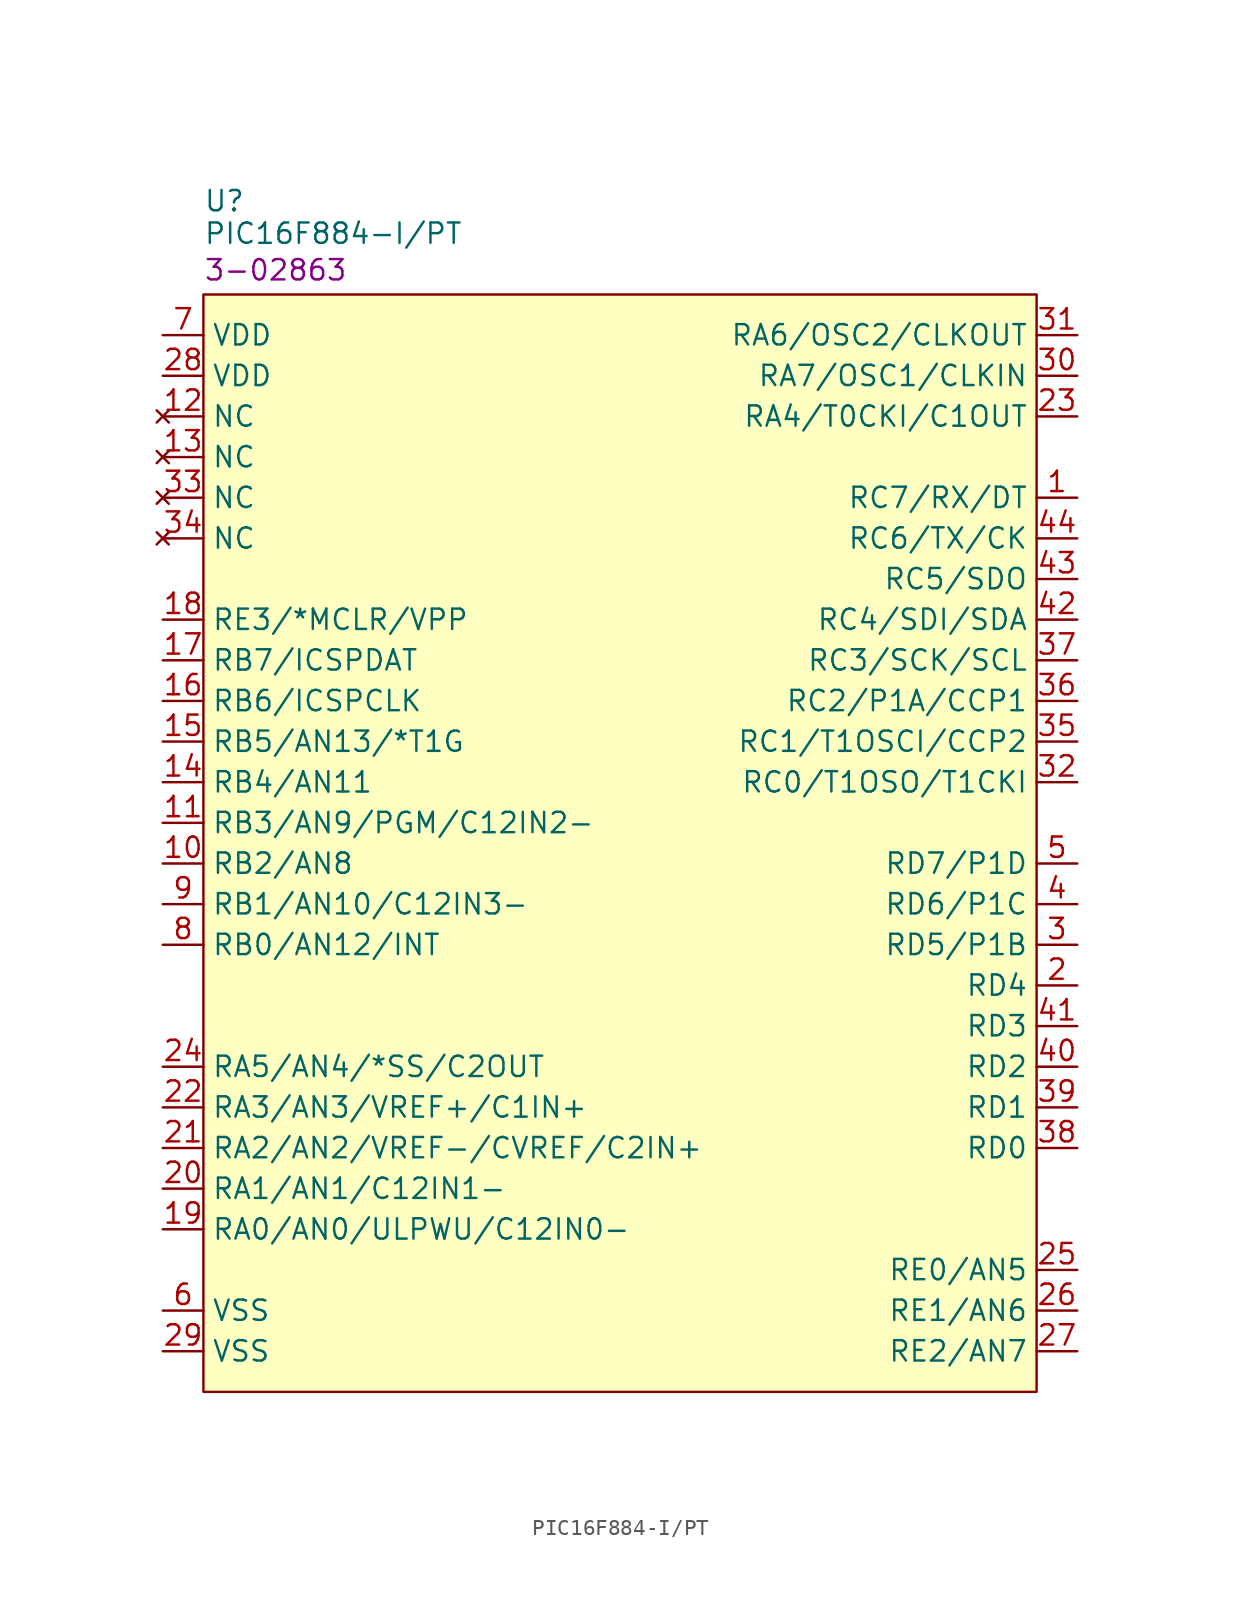
<source format=kicad_sym>
(kicad_symbol_lib
  (version 20231120)
  (generator "kicad_symbol_editor")
  (generator_version "8.0")
  (symbol "PIC16F884-I/PT"
    (property "Reference" "U"
      (at 0 8.382 0)
      (do_not_autoplace)
      (effects (font (size 1.27 1.27)) (justify left)))
    (property "Value" "PIC16F884-I/PT"
      (at 0 6.35 0)
      (do_not_autoplace)
      (effects (font (size 1.27 1.27)) (justify left)))
    (property "SRS" "3-02863"
      (at 0 4.064 0)
      (do_not_autoplace)
      (effects (font (size 1.27 1.27)) (justify left)))
    (symbol "PIC16F884-I/PT_1_1"
      (rectangle (start 0 2.54) (end 52.07 -66.04) (stroke (width 0) (type default)) (fill (type background)))
      (pin bidirectional line (at 54.61 -10.16 180) (length 2.54) (name "RC7/RX/DT" (effects (font (size 1.27 1.27)))) (number "1" (effects (font (size 1.27 1.27)))))
      (pin bidirectional line (at -2.54 -33.02 0) (length 2.54) (name "RB2/AN8" (effects (font (size 1.27 1.27)))) (number "10" (effects (font (size 1.27 1.27)))))
      (pin bidirectional line (at -2.54 -30.48 0) (length 2.54) (name "RB3/AN9/PGM/C12IN2-" (effects (font (size 1.27 1.27)))) (number "11" (effects (font (size 1.27 1.27)))))
      (pin no_connect line (at -2.54 -5.08 0) (length 2.54) (name "NC" (effects (font (size 1.27 1.27)))) (number "12" (effects (font (size 1.27 1.27)))))
      (pin no_connect line (at -2.54 -7.62 0) (length 2.54) (name "NC" (effects (font (size 1.27 1.27)))) (number "13" (effects (font (size 1.27 1.27)))))
      (pin bidirectional line (at -2.54 -27.94 0) (length 2.54) (name "RB4/AN11" (effects (font (size 1.27 1.27)))) (number "14" (effects (font (size 1.27 1.27)))))
      (pin bidirectional line (at -2.54 -25.4 0) (length 2.54) (name "RB5/AN13/*T1G" (effects (font (size 1.27 1.27)))) (number "15" (effects (font (size 1.27 1.27)))))
      (pin bidirectional line (at -2.54 -22.86 0) (length 2.54) (name "RB6/ICSPCLK" (effects (font (size 1.27 1.27)))) (number "16" (effects (font (size 1.27 1.27)))))
      (pin bidirectional line (at -2.54 -20.32 0) (length 2.54) (name "RB7/ICSPDAT" (effects (font (size 1.27 1.27)))) (number "17" (effects (font (size 1.27 1.27)))))
      (pin bidirectional line (at -2.54 -17.78 0) (length 2.54) (name "RE3/*MCLR/VPP" (effects (font (size 1.27 1.27)))) (number "18" (effects (font (size 1.27 1.27)))))
      (pin bidirectional line (at -2.54 -55.88 0) (length 2.54) (name "RA0/AN0/ULPWU/C12IN0-" (effects (font (size 1.27 1.27)))) (number "19" (effects (font (size 1.27 1.27)))))
      (pin bidirectional line (at 54.61 -40.64 180) (length 2.54) (name "RD4" (effects (font (size 1.27 1.27)))) (number "2" (effects (font (size 1.27 1.27)))))
      (pin bidirectional line (at -2.54 -53.34 0) (length 2.54) (name "RA1/AN1/C12IN1-" (effects (font (size 1.27 1.27)))) (number "20" (effects (font (size 1.27 1.27)))))
      (pin bidirectional line (at -2.54 -50.8 0) (length 2.54) (name "RA2/AN2/VREF-/CVREF/C2IN+" (effects (font (size 1.27 1.27)))) (number "21" (effects (font (size 1.27 1.27)))))
      (pin bidirectional line (at -2.54 -48.26 0) (length 2.54) (name "RA3/AN3/VREF+/C1IN+" (effects (font (size 1.27 1.27)))) (number "22" (effects (font (size 1.27 1.27)))))
      (pin bidirectional line (at 54.61 -5.08 180) (length 2.54) (name "RA4/T0CKI/C1OUT" (effects (font (size 1.27 1.27)))) (number "23" (effects (font (size 1.27 1.27)))))
      (pin bidirectional line (at -2.54 -45.72 0) (length 2.54) (name "RA5/AN4/*SS/C2OUT" (effects (font (size 1.27 1.27)))) (number "24" (effects (font (size 1.27 1.27)))))
      (pin bidirectional line (at 54.61 -58.42 180) (length 2.54) (name "RE0/AN5" (effects (font (size 1.27 1.27)))) (number "25" (effects (font (size 1.27 1.27)))))
      (pin bidirectional line (at 54.61 -60.96 180) (length 2.54) (name "RE1/AN6" (effects (font (size 1.27 1.27)))) (number "26" (effects (font (size 1.27 1.27)))))
      (pin bidirectional line (at 54.61 -63.5 180) (length 2.54) (name "RE2/AN7" (effects (font (size 1.27 1.27)))) (number "27" (effects (font (size 1.27 1.27)))))
      (pin power_in line (at -2.54 -2.54 0) (length 2.54) (name "VDD" (effects (font (size 1.27 1.27)))) (number "28" (effects (font (size 1.27 1.27)))))
      (pin power_in line (at -2.54 -63.5 0) (length 2.54) (name "VSS" (effects (font (size 1.27 1.27)))) (number "29" (effects (font (size 1.27 1.27)))))
      (pin bidirectional line (at 54.61 -38.1 180) (length 2.54) (name "RD5/P1B" (effects (font (size 1.27 1.27)))) (number "3" (effects (font (size 1.27 1.27)))))
      (pin bidirectional line (at 54.61 -2.54 180) (length 2.54) (name "RA7/OSC1/CLKIN" (effects (font (size 1.27 1.27)))) (number "30" (effects (font (size 1.27 1.27)))))
      (pin bidirectional line (at 54.61 0 180) (length 2.54) (name "RA6/OSC2/CLKOUT" (effects (font (size 1.27 1.27)))) (number "31" (effects (font (size 1.27 1.27)))))
      (pin bidirectional line (at 54.61 -27.94 180) (length 2.54) (name "RC0/T1OSO/T1CKI" (effects (font (size 1.27 1.27)))) (number "32" (effects (font (size 1.27 1.27)))))
      (pin no_connect line (at -2.54 -10.16 0) (length 2.54) (name "NC" (effects (font (size 1.27 1.27)))) (number "33" (effects (font (size 1.27 1.27)))))
      (pin no_connect line (at -2.54 -12.7 0) (length 2.54) (name "NC" (effects (font (size 1.27 1.27)))) (number "34" (effects (font (size 1.27 1.27)))))
      (pin bidirectional line (at 54.61 -25.4 180) (length 2.54) (name "RC1/T1OSCI/CCP2" (effects (font (size 1.27 1.27)))) (number "35" (effects (font (size 1.27 1.27)))))
      (pin bidirectional line (at 54.61 -22.86 180) (length 2.54) (name "RC2/P1A/CCP1" (effects (font (size 1.27 1.27)))) (number "36" (effects (font (size 1.27 1.27)))))
      (pin bidirectional line (at 54.61 -20.32 180) (length 2.54) (name "RC3/SCK/SCL" (effects (font (size 1.27 1.27)))) (number "37" (effects (font (size 1.27 1.27)))))
      (pin bidirectional line (at 54.61 -50.8 180) (length 2.54) (name "RD0" (effects (font (size 1.27 1.27)))) (number "38" (effects (font (size 1.27 1.27)))))
      (pin bidirectional line (at 54.61 -48.26 180) (length 2.54) (name "RD1" (effects (font (size 1.27 1.27)))) (number "39" (effects (font (size 1.27 1.27)))))
      (pin bidirectional line (at 54.61 -35.56 180) (length 2.54) (name "RD6/P1C" (effects (font (size 1.27 1.27)))) (number "4" (effects (font (size 1.27 1.27)))))
      (pin bidirectional line (at 54.61 -45.72 180) (length 2.54) (name "RD2" (effects (font (size 1.27 1.27)))) (number "40" (effects (font (size 1.27 1.27)))))
      (pin bidirectional line (at 54.61 -43.18 180) (length 2.54) (name "RD3" (effects (font (size 1.27 1.27)))) (number "41" (effects (font (size 1.27 1.27)))))
      (pin bidirectional line (at 54.61 -17.78 180) (length 2.54) (name "RC4/SDI/SDA" (effects (font (size 1.27 1.27)))) (number "42" (effects (font (size 1.27 1.27)))))
      (pin bidirectional line (at 54.61 -15.24 180) (length 2.54) (name "RC5/SDO" (effects (font (size 1.27 1.27)))) (number "43" (effects (font (size 1.27 1.27)))))
      (pin bidirectional line (at 54.61 -12.7 180) (length 2.54) (name "RC6/TX/CK" (effects (font (size 1.27 1.27)))) (number "44" (effects (font (size 1.27 1.27)))))
      (pin bidirectional line (at 54.61 -33.02 180) (length 2.54) (name "RD7/P1D" (effects (font (size 1.27 1.27)))) (number "5" (effects (font (size 1.27 1.27)))))
      (pin power_in line (at -2.54 -60.96 0) (length 2.54) (name "VSS" (effects (font (size 1.27 1.27)))) (number "6" (effects (font (size 1.27 1.27)))))
      (pin power_in line (at -2.54 0 0) (length 2.54) (name "VDD" (effects (font (size 1.27 1.27)))) (number "7" (effects (font (size 1.27 1.27)))))
      (pin bidirectional line (at -2.54 -38.1 0) (length 2.54) (name "RB0/AN12/INT" (effects (font (size 1.27 1.27)))) (number "8" (effects (font (size 1.27 1.27)))))
      (pin bidirectional line (at -2.54 -35.56 0) (length 2.54) (name "RB1/AN10/C12IN3-" (effects (font (size 1.27 1.27)))) (number "9" (effects (font (size 1.27 1.27))))))))
</source>
